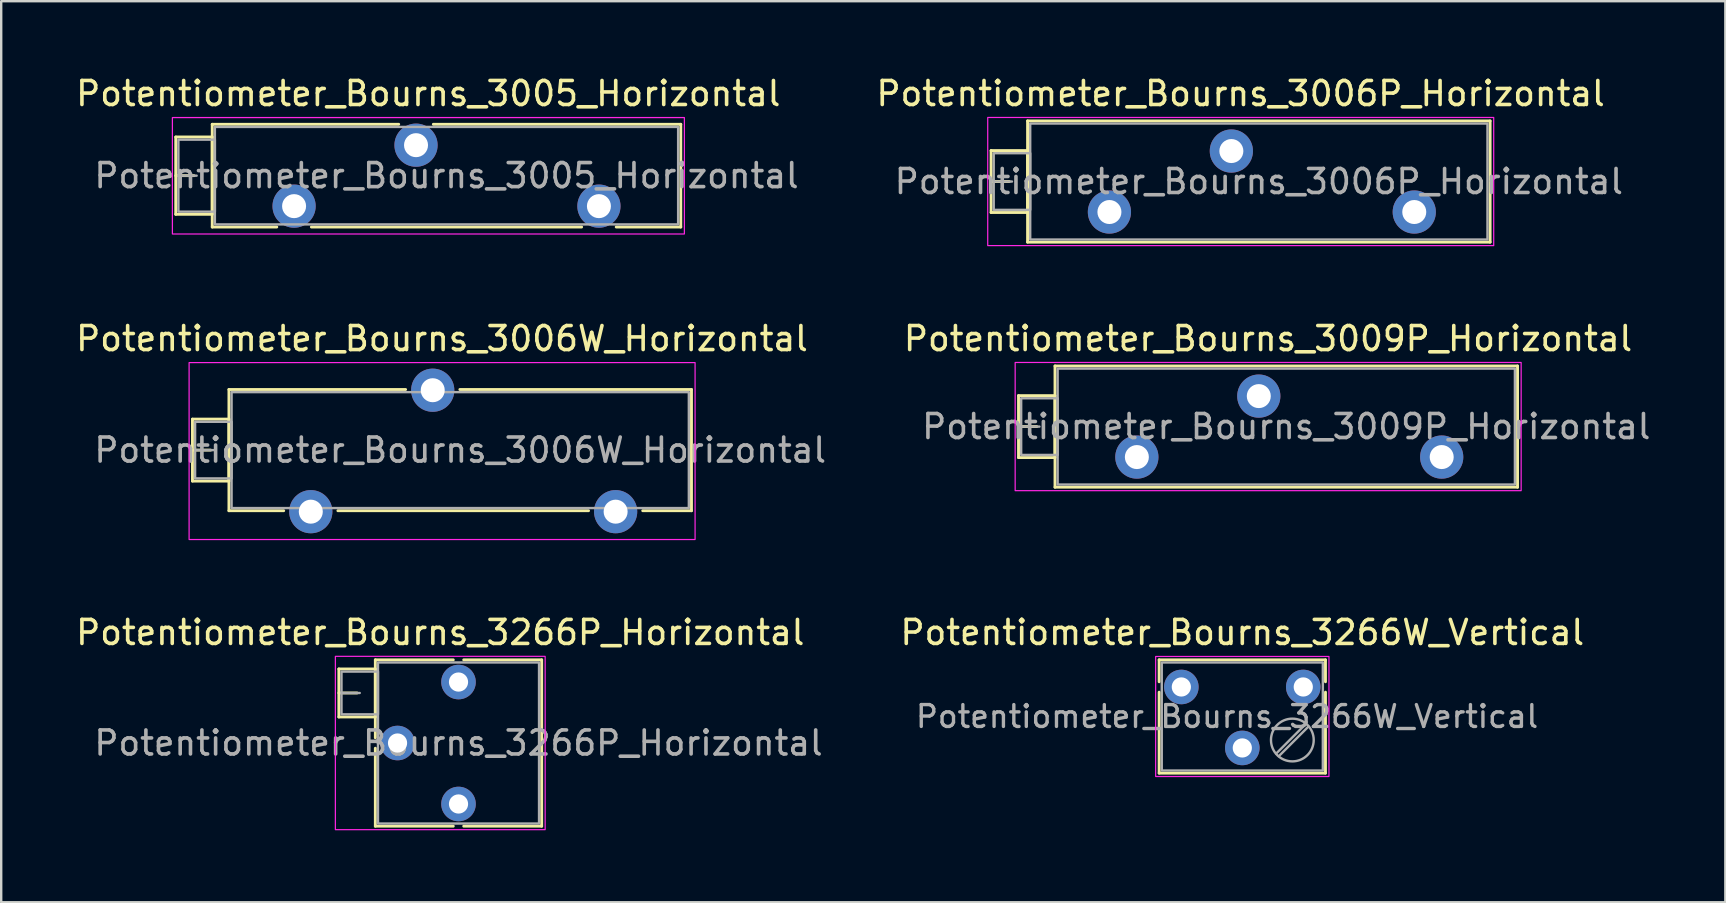
<source format=kicad_pcb>
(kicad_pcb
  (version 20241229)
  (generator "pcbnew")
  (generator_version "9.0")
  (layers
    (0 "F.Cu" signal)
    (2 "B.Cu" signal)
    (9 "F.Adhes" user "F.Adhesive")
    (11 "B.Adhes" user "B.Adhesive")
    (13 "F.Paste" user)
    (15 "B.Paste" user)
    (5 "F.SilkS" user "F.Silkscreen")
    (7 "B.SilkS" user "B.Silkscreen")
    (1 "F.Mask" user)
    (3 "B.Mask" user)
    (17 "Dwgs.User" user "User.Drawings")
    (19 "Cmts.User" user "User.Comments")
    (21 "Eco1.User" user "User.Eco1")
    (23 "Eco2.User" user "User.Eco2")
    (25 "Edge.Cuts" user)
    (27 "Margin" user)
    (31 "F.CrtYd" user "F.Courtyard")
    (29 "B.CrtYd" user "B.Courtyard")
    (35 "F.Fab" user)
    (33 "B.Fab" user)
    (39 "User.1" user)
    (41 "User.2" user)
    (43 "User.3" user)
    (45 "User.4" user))
  (footprint "Potentiometer_Bourns_3266W_Vertical"
    (layer "F.Cu")
    (at 51.246 25.57)
    (property "Reference" "Potentiometer_Bourns_3266W_Vertical" (at -2.54 -2.27 0) (layer "F.SilkS") (effects (font (size 1 1) (thickness 0.15))))
    (attr through_hole)
    (fp_line (start -6.005 -1.13) (end 0.925 -1.13) (stroke (width 0.12) (type solid)) (layer "F.SilkS"))
    (fp_line (start -6.005 -0.217) (end -6.005 -1.13) (stroke (width 0.12) (type solid)) (layer "F.SilkS"))
    (fp_line (start -6.005 3.59) (end -6.005 0.217) (stroke (width 0.12) (type solid)) (layer "F.SilkS"))
    (fp_line (start 0.925 -1.13) (end 0.925 -0.217) (stroke (width 0.12) (type solid)) (layer "F.SilkS"))
    (fp_line (start 0.925 0.217) (end 0.925 3.59) (stroke (width 0.12) (type solid)) (layer "F.SilkS"))
    (fp_line (start 0.925 3.59) (end -6.005 3.59) (stroke (width 0.12) (type solid)) (layer "F.SilkS"))
    (fp_rect (start -6.15 -1.27) (end 1.07 3.73) (stroke (width 0.05) (type solid)) (fill no) (layer "F.CrtYd"))
    (fp_line (start 0.111 1.535) (end -1.13 2.776) (stroke (width 0.1) (type solid)) (layer "F.Fab"))
    (fp_line (start 0.22 1.644) (end -1.021 2.885) (stroke (width 0.1) (type solid)) (layer "F.Fab"))
    (fp_rect (start -5.895 -1.02) (end 0.815 3.48) (stroke (width 0.1) (type solid)) (fill no) (layer "F.Fab"))
    (fp_circle (center -0.455 2.21) (end 0.435 2.21) (stroke (width 0.1) (type solid)) (fill no) (layer "F.Fab"))
    (fp_text user "${REFERENCE}" (at -3.175 1.23 0) (layer "F.Fab") (effects (font (size 0.91 0.91) (thickness 0.14))))
    (pad "1" thru_hole circle (at 0 0) (size 1.44 1.44) (drill 0.8) (layers "*.Cu" "*.Mask"))
    (pad "2" thru_hole circle (at -2.54 2.54) (size 1.44 1.44) (drill 0.8) (layers "*.Cu" "*.Mask"))
    (pad "3" thru_hole circle (at -5.08 0) (size 1.44 1.44) (drill 0.8) (layers "*.Cu" "*.Mask")))
  (footprint "Potentiometer_Bourns_3005_Horizontal"
    (layer "F.Cu")
    (at 21.902 5.538)
    (property "Reference" "Potentiometer_Bourns_3005_Horizontal" (at -7.11 -4.69 0) (layer "F.SilkS") (effects (font (size 1 1) (thickness 0.15))))
    (attr through_hole)
    (fp_line (start -17.63 -2.88) (end -16.11 -2.88) (stroke (width 0.12) (type solid)) (layer "F.SilkS"))
    (fp_line (start -17.63 -1.27) (end -16.87 -1.27) (stroke (width 0.12) (type solid)) (layer "F.SilkS"))
    (fp_line (start -17.63 0.34) (end -17.63 -2.88) (stroke (width 0.12) (type solid)) (layer "F.SilkS"))
    (fp_line (start -16.11 -3.41) (end -8.341 -3.41) (stroke (width 0.12) (type solid)) (layer "F.SilkS"))
    (fp_line (start -16.11 -2.88) (end -16.11 0.34) (stroke (width 0.12) (type solid)) (layer "F.SilkS"))
    (fp_line (start -16.11 0.34) (end -17.63 0.34) (stroke (width 0.12) (type solid)) (layer "F.SilkS"))
    (fp_line (start -16.11 0.87) (end -16.11 -3.41) (stroke (width 0.12) (type solid)) (layer "F.SilkS"))
    (fp_line (start -13.421 0.87) (end -16.11 0.87) (stroke (width 0.12) (type solid)) (layer "F.SilkS"))
    (fp_line (start -6.899 -3.41) (end 3.41 -3.41) (stroke (width 0.12) (type solid)) (layer "F.SilkS"))
    (fp_line (start -0.721 0.87) (end -11.979 0.87) (stroke (width 0.12) (type solid)) (layer "F.SilkS"))
    (fp_line (start 3.41 -3.41) (end 3.41 0.87) (stroke (width 0.12) (type solid)) (layer "F.SilkS"))
    (fp_line (start 3.41 0.87) (end 0.721 0.87) (stroke (width 0.12) (type solid)) (layer "F.SilkS"))
    (fp_rect (start -17.77 -3.69) (end 3.56 1.16) (stroke (width 0.05) (type solid)) (fill no) (layer "F.CrtYd"))
    (fp_line (start -17.52 -1.27) (end -16.76 -1.27) (stroke (width 0.1) (type solid)) (layer "F.Fab"))
    (fp_rect (start -17.52 -2.77) (end -16 0.23) (stroke (width 0.1) (type solid)) (fill no) (layer "F.Fab"))
    (fp_rect (start -16 -3.3) (end 3.3 0.76) (stroke (width 0.1) (type solid)) (fill no) (layer "F.Fab"))
    (fp_text user "${REFERENCE}" (at -6.35 -1.27 0) (layer "F.Fab") (effects (font (size 1 1) (thickness 0.15))))
    (pad "1" thru_hole circle (at 0 0) (size 1.8 1.8) (drill 1) (layers "*.Cu" "*.Mask"))
    (pad "2" thru_hole circle (at -7.62 -2.54) (size 1.8 1.8) (drill 1) (layers "*.Cu" "*.Mask"))
    (pad "3" thru_hole circle (at -12.7 0) (size 1.8 1.8) (drill 1) (layers "*.Cu" "*.Mask")))
  (footprint "Potentiometer_Bourns_3006W_Horizontal"
    (layer "F.Cu")
    (at 22.598 18.267)
    (property "Reference" "Potentiometer_Bourns_3006W_Horizontal" (at -7.235 -7.21 0) (layer "F.SilkS") (effects (font (size 1 1) (thickness 0.15))))
    (attr through_hole)
    (fp_line (start -17.63 -3.855) (end -16.11 -3.855) (stroke (width 0.12) (type solid)) (layer "F.SilkS"))
    (fp_line (start -17.63 -2.565) (end -16.87 -2.565) (stroke (width 0.12) (type solid)) (layer "F.SilkS"))
    (fp_line (start -17.63 -1.275) (end -17.63 -3.855) (stroke (width 0.12) (type solid)) (layer "F.SilkS"))
    (fp_line (start -16.11 -5.09) (end -8.75 -5.09) (stroke (width 0.12) (type solid)) (layer "F.SilkS"))
    (fp_line (start -16.11 -3.855) (end -16.11 -1.275) (stroke (width 0.12) (type solid)) (layer "F.SilkS"))
    (fp_line (start -16.11 -1.275) (end -17.63 -1.275) (stroke (width 0.12) (type solid)) (layer "F.SilkS"))
    (fp_line (start -16.11 -0.04) (end -16.11 -5.09) (stroke (width 0.12) (type solid)) (layer "F.SilkS"))
    (fp_line (start -13.829 -0.04) (end -16.11 -0.04) (stroke (width 0.12) (type solid)) (layer "F.SilkS"))
    (fp_line (start -6.49 -5.09) (end 3.16 -5.09) (stroke (width 0.12) (type solid)) (layer "F.SilkS"))
    (fp_line (start -1.129 -0.04) (end -11.571 -0.04) (stroke (width 0.12) (type solid)) (layer "F.SilkS"))
    (fp_line (start 3.16 -5.09) (end 3.16 -0.04) (stroke (width 0.12) (type solid)) (layer "F.SilkS"))
    (fp_line (start 3.16 -0.04) (end 1.129 -0.04) (stroke (width 0.12) (type solid)) (layer "F.SilkS"))
    (fp_rect (start -17.77 -6.21) (end 3.31 1.16) (stroke (width 0.05) (type solid)) (fill no) (layer "F.CrtYd"))
    (fp_line (start -17.52 -2.565) (end -16.76 -2.565) (stroke (width 0.1) (type solid)) (layer "F.Fab"))
    (fp_rect (start -17.52 -3.745) (end -16 -1.385) (stroke (width 0.1) (type solid)) (fill no) (layer "F.Fab"))
    (fp_rect (start -16 -4.98) (end 3.05 -0.15) (stroke (width 0.1) (type solid)) (fill no) (layer "F.Fab"))
    (fp_text user "${REFERENCE}" (at -6.475 -2.565 0) (layer "F.Fab") (effects (font (size 1 1) (thickness 0.15))))
    (pad "1" thru_hole circle (at 0 0) (size 1.8 1.8) (drill 1) (layers "*.Cu" "*.Mask"))
    (pad "2" thru_hole circle (at -7.62 -5.06) (size 1.8 1.8) (drill 1) (layers "*.Cu" "*.Mask"))
    (pad "3" thru_hole circle (at -12.7 0) (size 1.8 1.8) (drill 1) (layers "*.Cu" "*.Mask")))
  (footprint "Potentiometer_Bourns_3009P_Horizontal"
    (layer "F.Cu")
    (at 57.013 15.992)
    (property "Reference" "Potentiometer_Bourns_3009P_Horizontal" (at -7.235 -4.935 0) (layer "F.SilkS") (effects (font (size 1 1) (thickness 0.15))))
    (attr through_hole)
    (fp_line (start -17.63 -2.56) (end -16.11 -2.56) (stroke (width 0.12) (type solid)) (layer "F.SilkS"))
    (fp_line (start -17.63 -1.27) (end -16.87 -1.27) (stroke (width 0.12) (type solid)) (layer "F.SilkS"))
    (fp_line (start -17.63 0.02) (end -17.63 -2.56) (stroke (width 0.12) (type solid)) (layer "F.SilkS"))
    (fp_line (start -16.11 -3.795) (end 3.16 -3.795) (stroke (width 0.12) (type solid)) (layer "F.SilkS"))
    (fp_line (start -16.11 -2.56) (end -16.11 0.02) (stroke (width 0.12) (type solid)) (layer "F.SilkS"))
    (fp_line (start -16.11 0.02) (end -17.63 0.02) (stroke (width 0.12) (type solid)) (layer "F.SilkS"))
    (fp_line (start -16.11 1.255) (end -16.11 -3.795) (stroke (width 0.12) (type solid)) (layer "F.SilkS"))
    (fp_line (start 3.16 -3.795) (end 3.16 1.255) (stroke (width 0.12) (type solid)) (layer "F.SilkS"))
    (fp_line (start 3.16 1.255) (end -16.11 1.255) (stroke (width 0.12) (type solid)) (layer "F.SilkS"))
    (fp_rect (start -17.77 -3.94) (end 3.31 1.4) (stroke (width 0.05) (type solid)) (fill no) (layer "F.CrtYd"))
    (fp_line (start -17.52 -1.27) (end -16.76 -1.27) (stroke (width 0.1) (type solid)) (layer "F.Fab"))
    (fp_rect (start -17.52 -2.45) (end -16 -0.09) (stroke (width 0.1) (type solid)) (fill no) (layer "F.Fab"))
    (fp_rect (start -16 -3.685) (end 3.05 1.145) (stroke (width 0.1) (type solid)) (fill no) (layer "F.Fab"))
    (fp_text user "${REFERENCE}" (at -6.475 -1.27 0) (layer "F.Fab") (effects (font (size 1 1) (thickness 0.15))))
    (pad "1" thru_hole circle (at 0 0) (size 1.8 1.8) (drill 1) (layers "*.Cu" "*.Mask"))
    (pad "2" thru_hole circle (at -7.62 -2.54) (size 1.8 1.8) (drill 1) (layers "*.Cu" "*.Mask"))
    (pad "3" thru_hole circle (at -12.7 0) (size 1.8 1.8) (drill 1) (layers "*.Cu" "*.Mask")))
  (footprint "Potentiometer_Bourns_3266P_Horizontal"
    (layer "F.Cu")
    (at 16.052 25.365)
    (property "Reference" "Potentiometer_Bourns_3266P_Horizontal" (at -0.76 -2.065 0) (layer "F.SilkS") (effects (font (size 1 1) (thickness 0.15))))
    (attr through_hole)
    (fp_line (start -4.985 -0.545) (end -3.465 -0.545) (stroke (width 0.12) (type solid)) (layer "F.SilkS"))
    (fp_line (start -4.985 0.455) (end -4.225 0.455) (stroke (width 0.12) (type solid)) (layer "F.SilkS"))
    (fp_line (start -4.985 1.455) (end -4.985 -0.545) (stroke (width 0.12) (type solid)) (layer "F.SilkS"))
    (fp_line (start -3.465 -0.925) (end -0.217 -0.925) (stroke (width 0.12) (type solid)) (layer "F.SilkS"))
    (fp_line (start -3.465 -0.545) (end -3.465 1.455) (stroke (width 0.12) (type solid)) (layer "F.SilkS"))
    (fp_line (start -3.465 1.455) (end -4.985 1.455) (stroke (width 0.12) (type solid)) (layer "F.SilkS"))
    (fp_line (start -3.465 2.323) (end -3.465 -0.925) (stroke (width 0.12) (type solid)) (layer "F.SilkS"))
    (fp_line (start -3.465 6.005) (end -3.465 2.757) (stroke (width 0.12) (type solid)) (layer "F.SilkS"))
    (fp_line (start -0.217 6.005) (end -3.465 6.005) (stroke (width 0.12) (type solid)) (layer "F.SilkS"))
    (fp_line (start 0.217 -0.925) (end 3.465 -0.925) (stroke (width 0.12) (type solid)) (layer "F.SilkS"))
    (fp_line (start 3.465 -0.925) (end 3.465 6.005) (stroke (width 0.12) (type solid)) (layer "F.SilkS"))
    (fp_line (start 3.465 6.005) (end 0.217 6.005) (stroke (width 0.12) (type solid)) (layer "F.SilkS"))
    (fp_rect (start -5.13 -1.07) (end 3.61 6.15) (stroke (width 0.05) (type solid)) (fill no) (layer "F.CrtYd"))
    (fp_line (start -4.875 0.455) (end -4.115 0.455) (stroke (width 0.1) (type solid)) (layer "F.Fab"))
    (fp_rect (start -4.875 -0.435) (end -3.355 1.345) (stroke (width 0.1) (type solid)) (fill no) (layer "F.Fab"))
    (fp_rect (start -3.355 -0.815) (end 3.355 5.895) (stroke (width 0.1) (type solid)) (fill no) (layer "F.Fab"))
    (fp_text user "${REFERENCE}" (at 0 2.54 0) (layer "F.Fab") (effects (font (size 1 1) (thickness 0.15))))
    (pad "1" thru_hole circle (at 0 0) (size 1.44 1.44) (drill 0.8) (layers "*.Cu" "*.Mask"))
    (pad "2" thru_hole circle (at -2.54 2.54) (size 1.44 1.44) (drill 0.8) (layers "*.Cu" "*.Mask"))
    (pad "3" thru_hole circle (at 0 5.08) (size 1.44 1.44) (drill 0.8) (layers "*.Cu" "*.Mask")))
  (footprint "Potentiometer_Bourns_3006P_Horizontal"
    (layer "F.Cu")
    (at 55.87 5.783)
    (property "Reference" "Potentiometer_Bourns_3006P_Horizontal" (at -7.235 -4.935 0) (layer "F.SilkS") (effects (font (size 1 1) (thickness 0.15))))
    (attr through_hole)
    (fp_line (start -17.63 -2.56) (end -16.11 -2.56) (stroke (width 0.12) (type solid)) (layer "F.SilkS"))
    (fp_line (start -17.63 -1.27) (end -16.87 -1.27) (stroke (width 0.12) (type solid)) (layer "F.SilkS"))
    (fp_line (start -17.63 0.02) (end -17.63 -2.56) (stroke (width 0.12) (type solid)) (layer "F.SilkS"))
    (fp_line (start -16.11 -3.795) (end 3.16 -3.795) (stroke (width 0.12) (type solid)) (layer "F.SilkS"))
    (fp_line (start -16.11 -2.56) (end -16.11 0.02) (stroke (width 0.12) (type solid)) (layer "F.SilkS"))
    (fp_line (start -16.11 0.02) (end -17.63 0.02) (stroke (width 0.12) (type solid)) (layer "F.SilkS"))
    (fp_line (start -16.11 1.255) (end -16.11 -3.795) (stroke (width 0.12) (type solid)) (layer "F.SilkS"))
    (fp_line (start 3.16 -3.795) (end 3.16 1.255) (stroke (width 0.12) (type solid)) (layer "F.SilkS"))
    (fp_line (start 3.16 1.255) (end -16.11 1.255) (stroke (width 0.12) (type solid)) (layer "F.SilkS"))
    (fp_rect (start -17.77 -3.94) (end 3.31 1.4) (stroke (width 0.05) (type solid)) (fill no) (layer "F.CrtYd"))
    (fp_line (start -17.52 -1.27) (end -16.76 -1.27) (stroke (width 0.1) (type solid)) (layer "F.Fab"))
    (fp_rect (start -17.52 -2.45) (end -16 -0.09) (stroke (width 0.1) (type solid)) (fill no) (layer "F.Fab"))
    (fp_rect (start -16 -3.685) (end 3.05 1.145) (stroke (width 0.1) (type solid)) (fill no) (layer "F.Fab"))
    (fp_text user "${REFERENCE}" (at -6.475 -1.27 0) (layer "F.Fab") (effects (font (size 1 1) (thickness 0.15))))
    (pad "1" thru_hole circle (at 0 0) (size 1.8 1.8) (drill 1) (layers "*.Cu" "*.Mask"))
    (pad "2" thru_hole circle (at -7.62 -2.54) (size 1.8 1.8) (drill 1) (layers "*.Cu" "*.Mask"))
    (pad "3" thru_hole circle (at -12.7 0) (size 1.8 1.8) (drill 1) (layers "*.Cu" "*.Mask")))
  (gr_rect
    (start -3 -3)
    (end 68.83 34.54)
    (stroke (width 0.1) (type default))
    (fill no)
    (layer "Edge.Cuts")))
</source>
